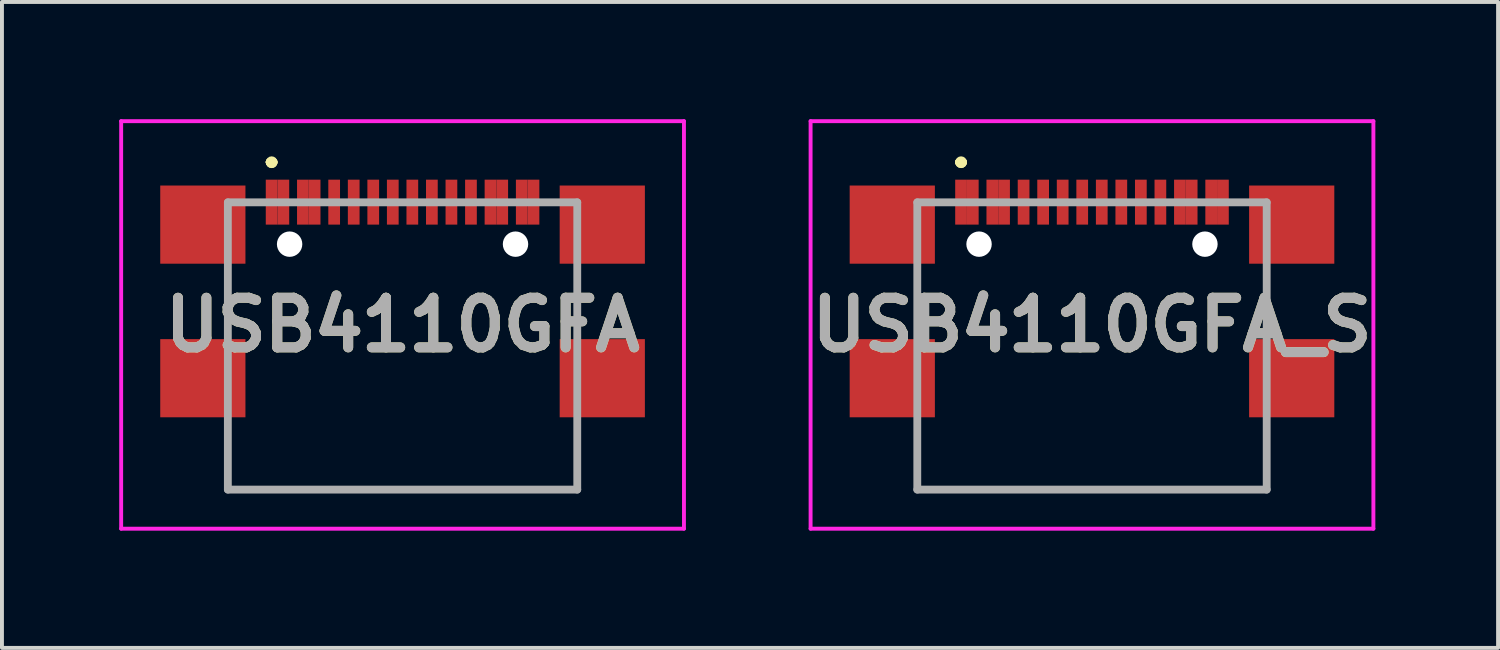
<source format=kicad_pcb>
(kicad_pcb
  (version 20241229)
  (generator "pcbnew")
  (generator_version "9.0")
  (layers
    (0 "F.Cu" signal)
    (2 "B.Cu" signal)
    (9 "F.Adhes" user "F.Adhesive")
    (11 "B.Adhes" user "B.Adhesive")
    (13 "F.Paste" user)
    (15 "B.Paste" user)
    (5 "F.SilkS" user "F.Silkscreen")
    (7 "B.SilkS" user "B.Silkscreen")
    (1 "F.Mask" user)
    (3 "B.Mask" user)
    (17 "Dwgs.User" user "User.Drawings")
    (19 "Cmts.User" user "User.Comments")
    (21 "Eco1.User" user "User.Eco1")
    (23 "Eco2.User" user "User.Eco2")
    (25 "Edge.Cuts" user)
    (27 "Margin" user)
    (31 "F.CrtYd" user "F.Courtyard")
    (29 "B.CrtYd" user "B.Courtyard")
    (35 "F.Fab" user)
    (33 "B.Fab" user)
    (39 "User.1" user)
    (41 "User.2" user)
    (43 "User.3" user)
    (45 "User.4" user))
  (footprint "USB4110GFA_S"
    (layer "F.Cu")
    (at 24.89 5.8)
    (property "Reference" "USB4110GFA_S" (at 0 -0.536 0) (layer "F.SilkS") (effects (font (size 1.27 1.27) (thickness 0.254))))
    (attr through_hole)
    (fp_line (start -4.5 -1.5) (end -4.5 -0.75) (stroke (width 0.1) (type solid)) (layer "F.SilkS"))
    (fp_line (start -4.5 -0.75) (end -4.47 -0.75) (stroke (width 0.1) (type solid)) (layer "F.SilkS"))
    (fp_line (start -4.47 -1.5) (end -4.5 -1.5) (stroke (width 0.1) (type solid)) (layer "F.SilkS"))
    (fp_line (start -4.47 -0.75) (end -4.47 -1.5) (stroke (width 0.1) (type solid)) (layer "F.SilkS"))
    (fp_line (start -4.47 2.5) (end -4.47 2.5) (stroke (width 0.1) (type solid)) (layer "F.SilkS"))
    (fp_line (start -4.47 2.5) (end -4.47 3.677) (stroke (width 0.1) (type solid)) (layer "F.SilkS"))
    (fp_line (start -4.47 3.677) (end -4.47 2.5) (stroke (width 0.1) (type solid)) (layer "F.SilkS"))
    (fp_line (start -4.47 3.677) (end -4.47 3.677) (stroke (width 0.1) (type solid)) (layer "F.SilkS"))
    (fp_line (start -4.47 3.677) (end -4.47 3.677) (stroke (width 0.1) (type solid)) (layer "F.SilkS"))
    (fp_line (start -4.47 3.677) (end 4.47 3.677) (stroke (width 0.1) (type solid)) (layer "F.SilkS"))
    (fp_line (start -3.4 -4.7) (end -3.4 -4.7) (stroke (width 0.2) (type solid)) (layer "F.SilkS"))
    (fp_line (start -3.4 -4.7) (end -3.4 -4.7) (stroke (width 0.2) (type solid)) (layer "F.SilkS"))
    (fp_line (start -3.3 -4.7) (end -3.3 -4.7) (stroke (width 0.2) (type solid)) (layer "F.SilkS"))
    (fp_line (start 4.47 -1.75) (end 4.47 -1.75) (stroke (width 0.1) (type solid)) (layer "F.SilkS"))
    (fp_line (start 4.47 -1.75) (end 4.47 -0.75) (stroke (width 0.1) (type solid)) (layer "F.SilkS"))
    (fp_line (start 4.47 -0.75) (end 4.47 -1.75) (stroke (width 0.1) (type solid)) (layer "F.SilkS"))
    (fp_line (start 4.47 -0.75) (end 4.47 -0.75) (stroke (width 0.1) (type solid)) (layer "F.SilkS"))
    (fp_line (start 4.47 2.25) (end 4.47 2.25) (stroke (width 0.1) (type solid)) (layer "F.SilkS"))
    (fp_line (start 4.47 2.25) (end 4.47 3.677) (stroke (width 0.1) (type solid)) (layer "F.SilkS"))
    (fp_line (start 4.47 3.677) (end -4.47 3.677) (stroke (width 0.1) (type solid)) (layer "F.SilkS"))
    (fp_line (start 4.47 3.677) (end 4.47 2.25) (stroke (width 0.1) (type solid)) (layer "F.SilkS"))
    (fp_line (start 4.47 3.677) (end 4.47 3.677) (stroke (width 0.1) (type solid)) (layer "F.SilkS"))
    (fp_line (start 4.47 3.677) (end 4.47 3.677) (stroke (width 0.1) (type solid)) (layer "F.SilkS"))
    (fp_arc (start -3.4 -4.7) (mid -3.35 -4.75) (end -3.3 -4.7) (stroke (width 0.2) (type solid)) (layer "F.SilkS"))
    (fp_arc (start -3.3 -4.7) (mid -3.35 -4.65) (end -3.4 -4.7) (stroke (width 0.2) (type solid)) (layer "F.SilkS"))
    (fp_arc (start -3.3 -4.7) (mid -3.35 -4.65) (end -3.4 -4.7) (stroke (width 0.2) (type solid)) (layer "F.SilkS"))
    (fp_line (start -7.2 -5.75) (end 7.2 -5.75) (stroke (width 0.1) (type solid)) (layer "F.CrtYd"))
    (fp_line (start -7.2 4.677) (end -7.2 -5.75) (stroke (width 0.1) (type solid)) (layer "F.CrtYd"))
    (fp_line (start 7.2 -5.75) (end 7.2 4.677) (stroke (width 0.1) (type solid)) (layer "F.CrtYd"))
    (fp_line (start 7.2 4.677) (end -7.2 4.677) (stroke (width 0.1) (type solid)) (layer "F.CrtYd"))
    (fp_line (start -4.47 -3.673) (end -4.47 3.677) (stroke (width 0.2) (type solid)) (layer "F.Fab"))
    (fp_line (start -4.47 3.677) (end 4.47 3.677) (stroke (width 0.2) (type solid)) (layer "F.Fab"))
    (fp_line (start 4.47 -3.673) (end -4.47 -3.673) (stroke (width 0.2) (type solid)) (layer "F.Fab"))
    (fp_line (start 4.47 3.677) (end 4.47 -3.673) (stroke (width 0.2) (type solid)) (layer "F.Fab"))
    (fp_text user "${REFERENCE}" (at 0 -0.536 0) (layer "F.Fab") (effects (font (size 1.27 1.27) (thickness 0.254))))
    (pad "" np_thru_hole circle (at -2.89 -2.603) (size 0.65 0.65) (drill 0.65) (layers "*.Cu" "*.Mask"))
    (pad "" np_thru_hole circle (at 2.89 -2.603) (size 0.65 0.65) (drill 0.65) (layers "*.Cu" "*.Mask"))
    (pad "A1" smd rect (at -3.35 -3.678) (size 0.3 1.15) (layers "F.Cu" "F.Mask" "F.Paste"))
    (pad "A4" smd rect (at -2.55 -3.678) (size 0.3 1.15) (layers "F.Cu" "F.Mask" "F.Paste"))
    (pad "A5" smd rect (at -1.25 -3.678) (size 0.3 1.15) (layers "F.Cu" "F.Mask" "F.Paste"))
    (pad "A6" smd rect (at -0.25 -3.678) (size 0.3 1.15) (layers "F.Cu" "F.Mask" "F.Paste"))
    (pad "A7" smd rect (at 0.25 -3.678) (size 0.3 1.15) (layers "F.Cu" "F.Mask" "F.Paste"))
    (pad "A8" smd rect (at 1.25 -3.678) (size 0.3 1.15) (layers "F.Cu" "F.Mask" "F.Paste"))
    (pad "A9" smd rect (at 2.55 -3.678) (size 0.3 1.15) (layers "F.Cu" "F.Mask" "F.Paste"))
    (pad "A12" smd rect (at 3.35 -3.678) (size 0.3 1.15) (layers "F.Cu" "F.Mask" "F.Paste"))
    (pad "B1" smd rect (at 3.05 -3.678) (size 0.3 1.15) (layers "F.Cu" "F.Mask" "F.Paste"))
    (pad "B4" smd rect (at 2.25 -3.678) (size 0.3 1.15) (layers "F.Cu" "F.Mask" "F.Paste"))
    (pad "B5" smd rect (at 1.75 -3.678) (size 0.3 1.15) (layers "F.Cu" "F.Mask" "F.Paste"))
    (pad "B6" smd rect (at 0.75 -3.678) (size 0.3 1.15) (layers "F.Cu" "F.Mask" "F.Paste"))
    (pad "B7" smd rect (at -0.75 -3.678) (size 0.3 1.15) (layers "F.Cu" "F.Mask" "F.Paste"))
    (pad "B8" smd rect (at -1.75 -3.678) (size 0.3 1.15) (layers "F.Cu" "F.Mask" "F.Paste"))
    (pad "B9" smd rect (at -2.25 -3.678) (size 0.3 1.15) (layers "F.Cu" "F.Mask" "F.Paste"))
    (pad "B12" smd rect (at -3.05 -3.678) (size 0.3 1.15) (layers "F.Cu" "F.Mask" "F.Paste"))
    (pad "S1" smd rect (at -5.11 -3.103 90) (size 2 2.18) (layers "F.Cu" "F.Mask" "F.Paste"))
    (pad "S1" smd rect (at -5.11 0.827 90) (size 2 2.18) (layers "F.Cu" "F.Mask" "F.Paste"))
    (pad "S1" smd rect (at 5.11 -3.103 90) (size 2 2.18) (layers "F.Cu" "F.Mask" "F.Paste"))
    (pad "S1" smd rect (at 5.11 0.827 90) (size 2 2.18) (layers "F.Cu" "F.Mask" "F.Paste")))
  (footprint "USB4110GFA"
    (layer "F.Cu")
    (at 7.25 5.8)
    (property "Reference" "USB4110GFA" (at 0 -0.536 0) (layer "F.SilkS") (effects (font (size 1.27 1.27) (thickness 0.254))))
    (attr through_hole)
    (fp_line (start -4.5 -1.5) (end -4.5 -0.75) (stroke (width 0.1) (type solid)) (layer "F.SilkS"))
    (fp_line (start -4.5 -0.75) (end -4.47 -0.75) (stroke (width 0.1) (type solid)) (layer "F.SilkS"))
    (fp_line (start -4.47 -1.5) (end -4.5 -1.5) (stroke (width 0.1) (type solid)) (layer "F.SilkS"))
    (fp_line (start -4.47 -0.75) (end -4.47 -1.5) (stroke (width 0.1) (type solid)) (layer "F.SilkS"))
    (fp_line (start -4.47 2.5) (end -4.47 2.5) (stroke (width 0.1) (type solid)) (layer "F.SilkS"))
    (fp_line (start -4.47 2.5) (end -4.47 3.677) (stroke (width 0.1) (type solid)) (layer "F.SilkS"))
    (fp_line (start -4.47 3.677) (end -4.47 2.5) (stroke (width 0.1) (type solid)) (layer "F.SilkS"))
    (fp_line (start -4.47 3.677) (end -4.47 3.677) (stroke (width 0.1) (type solid)) (layer "F.SilkS"))
    (fp_line (start -4.47 3.677) (end -4.47 3.677) (stroke (width 0.1) (type solid)) (layer "F.SilkS"))
    (fp_line (start -4.47 3.677) (end 4.47 3.677) (stroke (width 0.1) (type solid)) (layer "F.SilkS"))
    (fp_line (start -3.4 -4.7) (end -3.4 -4.7) (stroke (width 0.2) (type solid)) (layer "F.SilkS"))
    (fp_line (start -3.4 -4.7) (end -3.4 -4.7) (stroke (width 0.2) (type solid)) (layer "F.SilkS"))
    (fp_line (start -3.3 -4.7) (end -3.3 -4.7) (stroke (width 0.2) (type solid)) (layer "F.SilkS"))
    (fp_line (start 4.47 -1.75) (end 4.47 -1.75) (stroke (width 0.1) (type solid)) (layer "F.SilkS"))
    (fp_line (start 4.47 -1.75) (end 4.47 -0.75) (stroke (width 0.1) (type solid)) (layer "F.SilkS"))
    (fp_line (start 4.47 -0.75) (end 4.47 -1.75) (stroke (width 0.1) (type solid)) (layer "F.SilkS"))
    (fp_line (start 4.47 -0.75) (end 4.47 -0.75) (stroke (width 0.1) (type solid)) (layer "F.SilkS"))
    (fp_line (start 4.47 2.25) (end 4.47 2.25) (stroke (width 0.1) (type solid)) (layer "F.SilkS"))
    (fp_line (start 4.47 2.25) (end 4.47 3.677) (stroke (width 0.1) (type solid)) (layer "F.SilkS"))
    (fp_line (start 4.47 3.677) (end -4.47 3.677) (stroke (width 0.1) (type solid)) (layer "F.SilkS"))
    (fp_line (start 4.47 3.677) (end 4.47 2.25) (stroke (width 0.1) (type solid)) (layer "F.SilkS"))
    (fp_line (start 4.47 3.677) (end 4.47 3.677) (stroke (width 0.1) (type solid)) (layer "F.SilkS"))
    (fp_line (start 4.47 3.677) (end 4.47 3.677) (stroke (width 0.1) (type solid)) (layer "F.SilkS"))
    (fp_arc (start -3.4 -4.7) (mid -3.35 -4.75) (end -3.3 -4.7) (stroke (width 0.2) (type solid)) (layer "F.SilkS"))
    (fp_arc (start -3.3 -4.7) (mid -3.35 -4.65) (end -3.4 -4.7) (stroke (width 0.2) (type solid)) (layer "F.SilkS"))
    (fp_arc (start -3.3 -4.7) (mid -3.35 -4.65) (end -3.4 -4.7) (stroke (width 0.2) (type solid)) (layer "F.SilkS"))
    (fp_line (start -7.2 -5.75) (end 7.2 -5.75) (stroke (width 0.1) (type solid)) (layer "F.CrtYd"))
    (fp_line (start -7.2 4.677) (end -7.2 -5.75) (stroke (width 0.1) (type solid)) (layer "F.CrtYd"))
    (fp_line (start 7.2 -5.75) (end 7.2 4.677) (stroke (width 0.1) (type solid)) (layer "F.CrtYd"))
    (fp_line (start 7.2 4.677) (end -7.2 4.677) (stroke (width 0.1) (type solid)) (layer "F.CrtYd"))
    (fp_line (start -4.47 -3.673) (end -4.47 3.677) (stroke (width 0.2) (type solid)) (layer "F.Fab"))
    (fp_line (start -4.47 3.677) (end 4.47 3.677) (stroke (width 0.2) (type solid)) (layer "F.Fab"))
    (fp_line (start 4.47 -3.673) (end -4.47 -3.673) (stroke (width 0.2) (type solid)) (layer "F.Fab"))
    (fp_line (start 4.47 3.677) (end 4.47 -3.673) (stroke (width 0.2) (type solid)) (layer "F.Fab"))
    (fp_text user "${REFERENCE}" (at 0 -0.536 0) (layer "F.Fab") (effects (font (size 1.27 1.27) (thickness 0.254))))
    (pad "" np_thru_hole circle (at -2.89 -2.603) (size 0.65 0.65) (drill 0.65) (layers "*.Cu" "*.Mask"))
    (pad "" np_thru_hole circle (at 2.89 -2.603) (size 0.65 0.65) (drill 0.65) (layers "*.Cu" "*.Mask"))
    (pad "A1" smd rect (at -3.35 -3.678) (size 0.3 1.15) (layers "F.Cu" "F.Mask" "F.Paste"))
    (pad "A4" smd rect (at -2.55 -3.678) (size 0.3 1.15) (layers "F.Cu" "F.Mask" "F.Paste"))
    (pad "A5" smd rect (at -1.25 -3.678) (size 0.3 1.15) (layers "F.Cu" "F.Mask" "F.Paste"))
    (pad "A6" smd rect (at -0.25 -3.678) (size 0.3 1.15) (layers "F.Cu" "F.Mask" "F.Paste"))
    (pad "A7" smd rect (at 0.25 -3.678) (size 0.3 1.15) (layers "F.Cu" "F.Mask" "F.Paste"))
    (pad "A8" smd rect (at 1.25 -3.678) (size 0.3 1.15) (layers "F.Cu" "F.Mask" "F.Paste"))
    (pad "A9" smd rect (at 2.55 -3.678) (size 0.3 1.15) (layers "F.Cu" "F.Mask" "F.Paste"))
    (pad "A12" smd rect (at 3.35 -3.678) (size 0.3 1.15) (layers "F.Cu" "F.Mask" "F.Paste"))
    (pad "B1" smd rect (at 3.05 -3.678) (size 0.3 1.15) (layers "F.Cu" "F.Mask" "F.Paste"))
    (pad "B4" smd rect (at 2.25 -3.678) (size 0.3 1.15) (layers "F.Cu" "F.Mask" "F.Paste"))
    (pad "B5" smd rect (at 1.75 -3.678) (size 0.3 1.15) (layers "F.Cu" "F.Mask" "F.Paste"))
    (pad "B6" smd rect (at 0.75 -3.678) (size 0.3 1.15) (layers "F.Cu" "F.Mask" "F.Paste"))
    (pad "B7" smd rect (at -0.75 -3.678) (size 0.3 1.15) (layers "F.Cu" "F.Mask" "F.Paste"))
    (pad "B8" smd rect (at -1.75 -3.678) (size 0.3 1.15) (layers "F.Cu" "F.Mask" "F.Paste"))
    (pad "B9" smd rect (at -2.25 -3.678) (size 0.3 1.15) (layers "F.Cu" "F.Mask" "F.Paste"))
    (pad "B12" smd rect (at -3.05 -3.678) (size 0.3 1.15) (layers "F.Cu" "F.Mask" "F.Paste"))
    (pad "MP1" smd rect (at -5.11 0.827 90) (size 2 2.18) (layers "F.Cu" "F.Mask" "F.Paste"))
    (pad "MP2" smd rect (at 5.11 0.827 90) (size 2 2.18) (layers "F.Cu" "F.Mask" "F.Paste"))
    (pad "MP3" smd rect (at -5.11 -3.103 90) (size 2 2.18) (layers "F.Cu" "F.Mask" "F.Paste"))
    (pad "MP4" smd rect (at 5.11 -3.103 90) (size 2 2.18) (layers "F.Cu" "F.Mask" "F.Paste")))
  (gr_rect
    (start -3 -3)
    (end 35.28 13.527)
    (stroke (width 0.1) (type default))
    (fill no)
    (layer "Edge.Cuts")))
</source>
